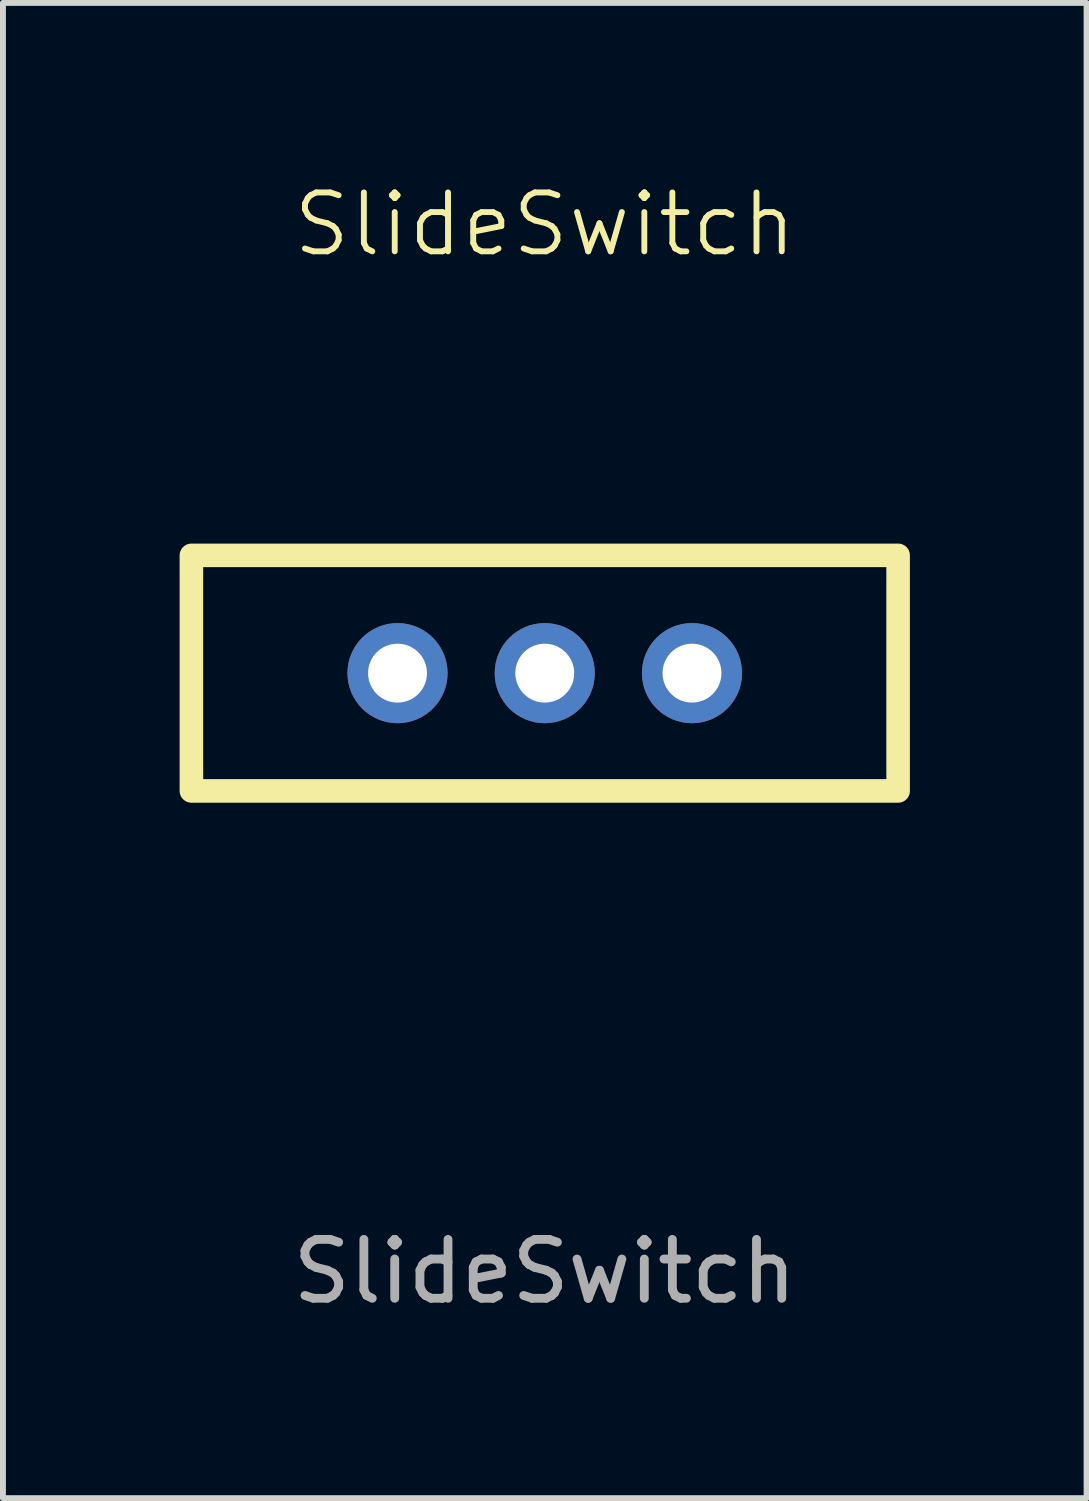
<source format=kicad_pcb>
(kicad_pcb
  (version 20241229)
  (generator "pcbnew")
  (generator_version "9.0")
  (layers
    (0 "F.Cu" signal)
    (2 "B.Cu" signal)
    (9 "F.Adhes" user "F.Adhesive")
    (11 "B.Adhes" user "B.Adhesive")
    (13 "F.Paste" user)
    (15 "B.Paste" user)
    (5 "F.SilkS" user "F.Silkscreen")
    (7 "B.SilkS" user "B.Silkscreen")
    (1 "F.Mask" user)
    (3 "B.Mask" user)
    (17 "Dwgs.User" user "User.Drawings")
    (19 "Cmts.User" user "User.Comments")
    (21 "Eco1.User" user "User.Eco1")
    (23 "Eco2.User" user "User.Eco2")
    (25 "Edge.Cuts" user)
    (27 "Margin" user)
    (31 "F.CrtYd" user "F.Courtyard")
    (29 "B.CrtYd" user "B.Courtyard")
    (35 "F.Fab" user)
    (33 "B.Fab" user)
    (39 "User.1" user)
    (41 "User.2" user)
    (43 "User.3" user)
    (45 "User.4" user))
  (footprint "SlideSwitch"
    (layer "F.Cu")
    (at 6.2 8.38)
    (property "Reference" "SlideSwitch" (at 0 -7.62 0) (unlocked yes) (layer "F.SilkS") (effects (font (size 1 1) (thickness 0.1))))
    (attr through_hole)
    (fp_rect (start -6 -2) (end 6 2) (stroke (width 0.4) (type default)) (fill no) (layer "F.SilkS"))
    (fp_text user "${REFERENCE}" (at 0 10.16 0) (unlocked yes) (layer "F.Fab") (effects (font (size 1 1) (thickness 0.15))))
    (pad "1" thru_hole circle (at -2.5 0) (size 1.7 1.7) (drill 1) (layers "*.Cu" "*.Mask"))
    (pad "2" thru_hole circle (at 0 0) (size 1.7 1.7) (drill 1) (layers "*.Cu" "*.Mask"))
    (pad "3" thru_hole circle (at 2.5 0) (size 1.7 1.7) (drill 1) (layers "*.Cu" "*.Mask")))
  (gr_rect
    (start -3 -3)
    (end 15.4 22.389)
    (stroke (width 0.1) (type default))
    (fill no)
    (layer "Edge.Cuts")))
</source>
